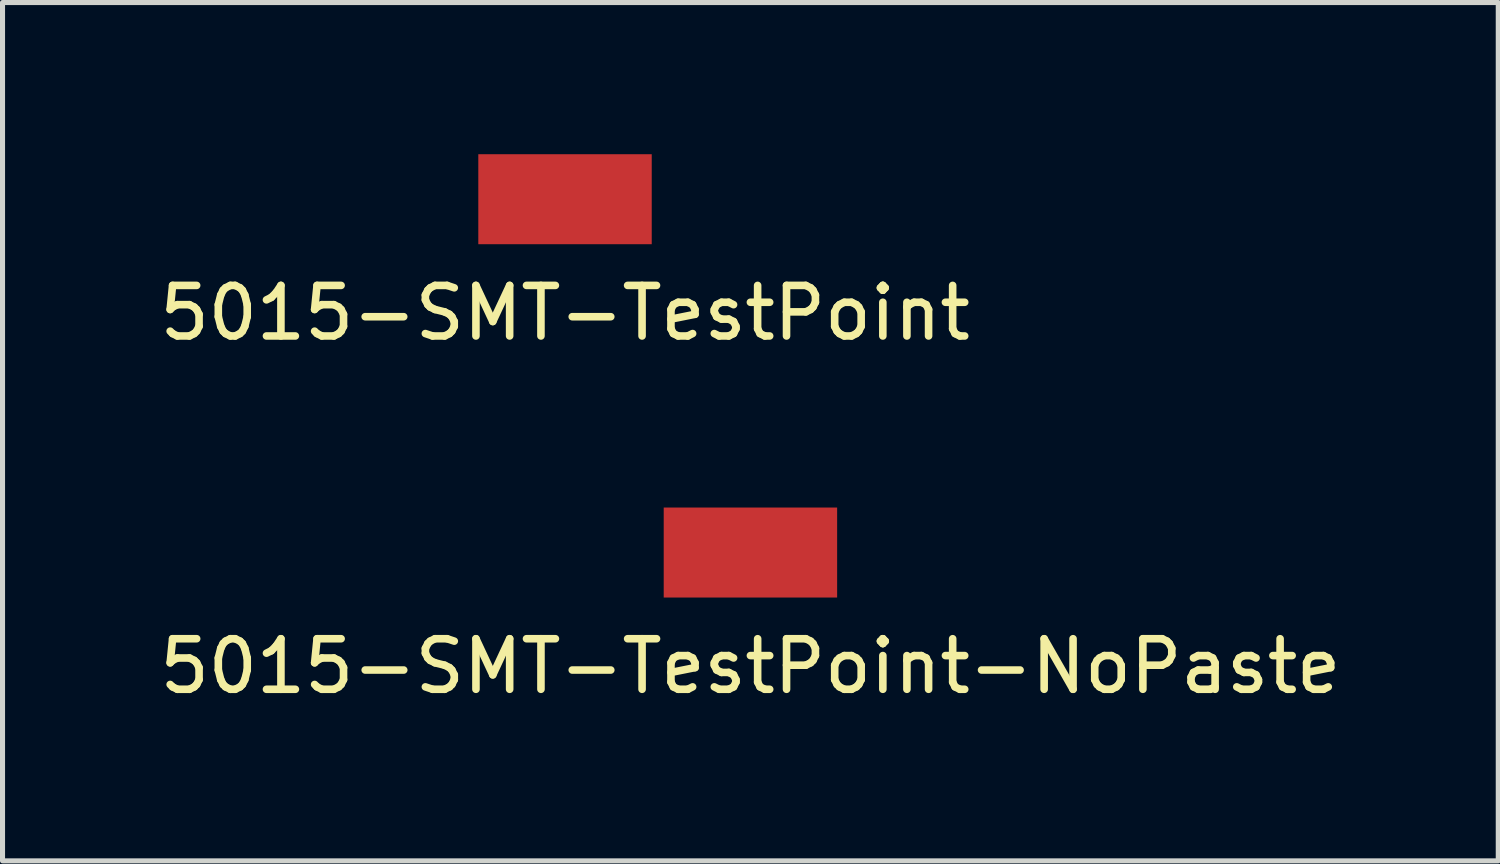
<source format=kicad_pcb>
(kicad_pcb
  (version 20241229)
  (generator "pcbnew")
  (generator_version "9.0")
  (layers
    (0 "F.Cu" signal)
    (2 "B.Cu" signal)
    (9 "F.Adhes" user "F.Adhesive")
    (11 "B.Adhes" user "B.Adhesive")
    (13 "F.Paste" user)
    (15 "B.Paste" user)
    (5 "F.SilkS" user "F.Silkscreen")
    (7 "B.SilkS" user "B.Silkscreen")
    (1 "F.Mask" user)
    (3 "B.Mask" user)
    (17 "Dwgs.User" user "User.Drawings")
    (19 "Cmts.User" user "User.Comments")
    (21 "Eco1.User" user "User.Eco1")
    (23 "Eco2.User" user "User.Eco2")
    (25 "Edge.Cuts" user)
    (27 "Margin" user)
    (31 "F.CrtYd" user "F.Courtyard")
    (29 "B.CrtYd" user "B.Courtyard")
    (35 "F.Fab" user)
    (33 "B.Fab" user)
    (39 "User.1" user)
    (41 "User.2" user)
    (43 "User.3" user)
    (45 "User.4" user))
  (footprint "5015-SMT-TestPoint-NoPaste"
    (layer "F.Cu")
    (at 11.792 7.878)
    (property "Reference" "5015-SMT-TestPoint-NoPaste" (at 0 2.25 0) (layer "F.SilkS") (effects (font (size 1 1) (thickness 0.15))))
    (attr through_hole)
    (pad "1" smd rect (at 0 0) (size 3.43 1.78) (layers "F.Cu" "F.Mask")))
  (footprint "5015-SMT-TestPoint"
    (layer "F.Cu")
    (at 8.125 0.89)
    (property "Reference" "5015-SMT-TestPoint" (at 0 2.25 0) (layer "F.SilkS") (effects (font (size 1 1) (thickness 0.15))))
    (attr through_hole)
    (pad "1" smd rect (at 0 0) (size 3.43 1.78) (layers "F.Cu" "F.Mask" "F.Paste")))
  (gr_rect
    (start -3 -3)
    (end 26.583 13.976)
    (stroke (width 0.1) (type default))
    (fill no)
    (layer "Edge.Cuts")))
</source>
